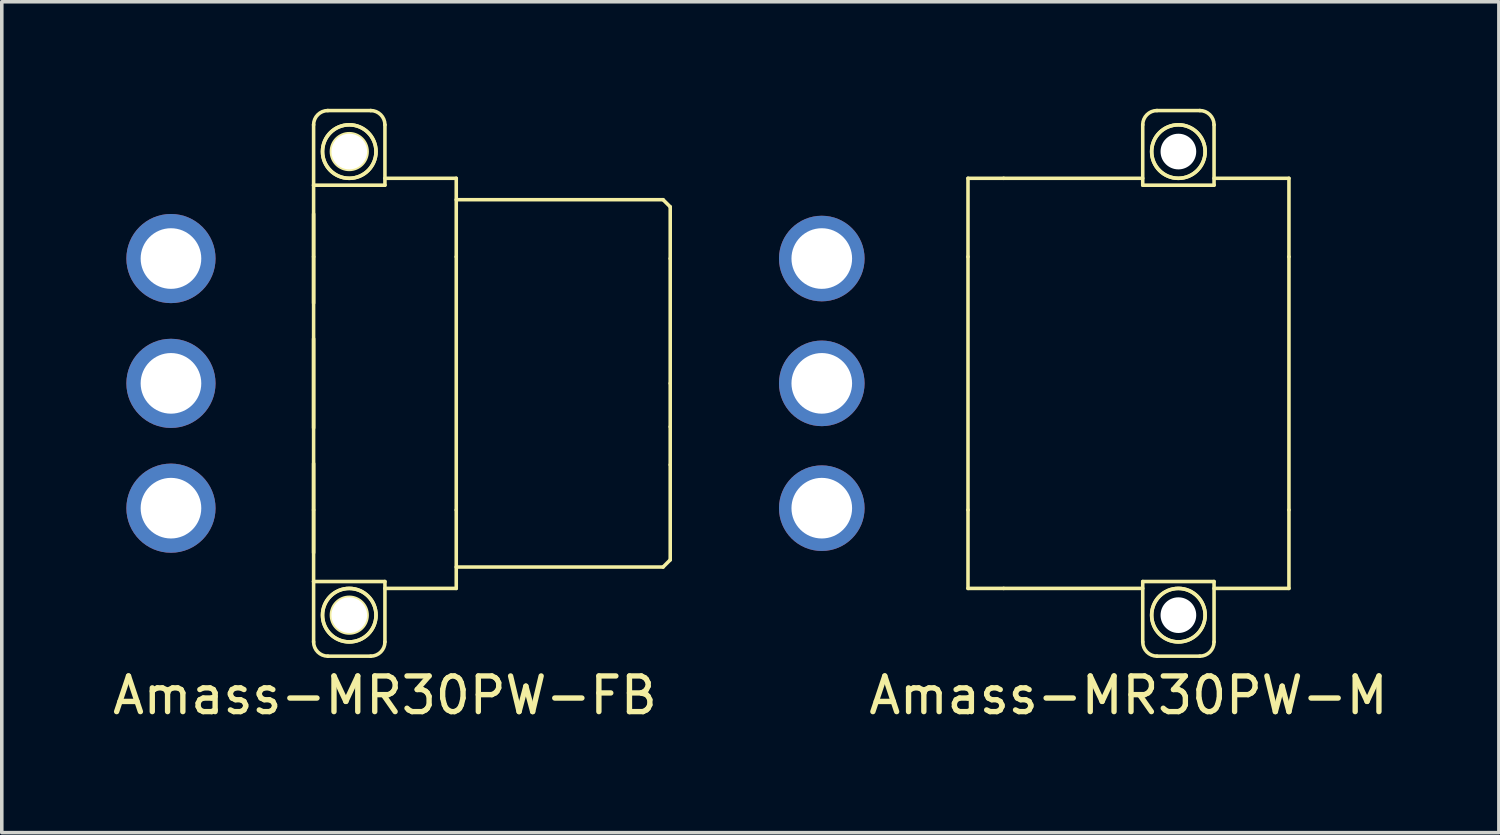
<source format=kicad_pcb>
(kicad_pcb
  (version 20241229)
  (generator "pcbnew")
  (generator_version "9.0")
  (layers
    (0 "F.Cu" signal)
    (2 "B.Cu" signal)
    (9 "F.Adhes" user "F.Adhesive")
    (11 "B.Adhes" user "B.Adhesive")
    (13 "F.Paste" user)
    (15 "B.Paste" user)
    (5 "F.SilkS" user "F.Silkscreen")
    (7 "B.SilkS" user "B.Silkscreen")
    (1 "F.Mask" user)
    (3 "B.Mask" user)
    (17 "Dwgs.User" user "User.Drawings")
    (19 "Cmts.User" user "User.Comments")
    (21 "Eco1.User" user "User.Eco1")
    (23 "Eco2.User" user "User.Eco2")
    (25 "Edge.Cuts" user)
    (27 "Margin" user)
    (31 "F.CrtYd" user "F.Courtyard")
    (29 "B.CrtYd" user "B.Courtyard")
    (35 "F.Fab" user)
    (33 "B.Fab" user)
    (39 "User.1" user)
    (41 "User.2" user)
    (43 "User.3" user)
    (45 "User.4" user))
  (footprint "Amass-MR30PW-FB"
    (layer "F.Cu")
    (at 7.744 7.7)
    (property "Reference" "Amass-MR30PW-FB" (at 0 8.75 0) (layer "F.SilkS") (effects (font (size 1 1) (thickness 0.15))))
    (attr through_hole)
    (fp_line (start -2 -5.557) (end -2 -7.25) (stroke (width 0.1) (type solid)) (layer "F.SilkS"))
    (fp_line (start -2 -5.557) (end -2 -3.55) (stroke (width 0.1) (type solid)) (layer "F.SilkS"))
    (fp_line (start -2 -4.75) (end -2 -2.25) (stroke (width 0.1) (type solid)) (layer "F.SilkS"))
    (fp_line (start -2 -3.55) (end -2 3.55) (stroke (width 0.1) (type solid)) (layer "F.SilkS"))
    (fp_line (start -2 -1.25) (end -2 1.25) (stroke (width 0.1) (type solid)) (layer "F.SilkS"))
    (fp_line (start -2 2.25) (end -2 4.75) (stroke (width 0.1) (type solid)) (layer "F.SilkS"))
    (fp_line (start -2 3.55) (end -2 5.557) (stroke (width 0.1) (type solid)) (layer "F.SilkS"))
    (fp_line (start -2 7.25) (end -2 5.557) (stroke (width 0.1) (type solid)) (layer "F.SilkS"))
    (fp_line (start -1.6 -7.65) (end -0.4 -7.65) (stroke (width 0.1) (type solid)) (layer "F.SilkS"))
    (fp_line (start -0.4 7.65) (end -1.6 7.65) (stroke (width 0.1) (type solid)) (layer "F.SilkS"))
    (fp_line (start 0 -7.25) (end 0 -5.557) (stroke (width 0.1) (type solid)) (layer "F.SilkS"))
    (fp_line (start 0 -5.557) (end -2 -5.557) (stroke (width 0.1) (type solid)) (layer "F.SilkS"))
    (fp_line (start 0 5.557) (end -2 5.557) (stroke (width 0.1) (type solid)) (layer "F.SilkS"))
    (fp_line (start 0 5.557) (end 0 7.25) (stroke (width 0.1) (type solid)) (layer "F.SilkS"))
    (fp_line (start 2 -5.75) (end 0 -5.75) (stroke (width 0.1) (type solid)) (layer "F.SilkS"))
    (fp_line (start 2 -5.75) (end 2 -3.55) (stroke (width 0.1) (type solid)) (layer "F.SilkS"))
    (fp_line (start 2 -3.55) (end 2 3.55) (stroke (width 0.1) (type solid)) (layer "F.SilkS"))
    (fp_line (start 2 3.55) (end 2 5.75) (stroke (width 0.1) (type solid)) (layer "F.SilkS"))
    (fp_line (start 2 5.75) (end 0 5.75) (stroke (width 0.1) (type solid)) (layer "F.SilkS"))
    (fp_line (start 7.8 -5.15) (end 2 -5.15) (stroke (width 0.1) (type solid)) (layer "F.SilkS"))
    (fp_line (start 7.8 5.15) (end 2 5.15) (stroke (width 0.1) (type solid)) (layer "F.SilkS"))
    (fp_line (start 8 -4.95) (end 7.8 -5.15) (stroke (width 0.1) (type solid)) (layer "F.SilkS"))
    (fp_line (start 8 -3.5) (end 8 -4.95) (stroke (width 0.1) (type solid)) (layer "F.SilkS"))
    (fp_line (start 8 0) (end 8 -3.5) (stroke (width 0.1) (type solid)) (layer "F.SilkS"))
    (fp_line (start 8 1.217) (end 8 0) (stroke (width 0.1) (type solid)) (layer "F.SilkS"))
    (fp_line (start 8 1.217) (end 8 2.283) (stroke (width 0.1) (type solid)) (layer "F.SilkS"))
    (fp_line (start 8 4.95) (end 7.8 5.15) (stroke (width 0.1) (type solid)) (layer "F.SilkS"))
    (fp_line (start 8 4.95) (end 8 2.283) (stroke (width 0.1) (type solid)) (layer "F.SilkS"))
    (fp_arc (start -2 -7.25) (mid -1.882843 -7.532843) (end -1.6 -7.65) (stroke (width 0.1) (type solid)) (layer "F.SilkS"))
    (fp_arc (start -1.6 7.65) (mid -1.882843 7.532843) (end -2 7.25) (stroke (width 0.1) (type solid)) (layer "F.SilkS"))
    (fp_arc (start -0.4 -7.65) (mid -0.117157 -7.532843) (end 0 -7.25) (stroke (width 0.1) (type solid)) (layer "F.SilkS"))
    (fp_arc (start 0 7.25) (mid -0.117157 7.532843) (end -0.4 7.65) (stroke (width 0.1) (type solid)) (layer "F.SilkS"))
    (fp_circle (center -1 -6.5) (end -0.5 -6.5) (stroke (width 0.1) (type solid)) (fill no) (layer "F.SilkS"))
    (fp_circle (center -1 -6.5) (end -0.25 -6.5) (stroke (width 0.1) (type solid)) (fill no) (layer "F.SilkS"))
    (fp_circle (center -1 -6.5) (end -0.25 -6.5) (stroke (width 0.1) (type solid)) (fill no) (layer "F.SilkS"))
    (fp_circle (center -1 6.5) (end -0.5 6.5) (stroke (width 0.1) (type solid)) (fill no) (layer "F.SilkS"))
    (fp_circle (center -1 6.5) (end -0.25 6.5) (stroke (width 0.1) (type solid)) (fill no) (layer "F.SilkS"))
    (fp_circle (center -1 6.5) (end -0.25 6.5) (stroke (width 0.1) (type solid)) (fill no) (layer "F.SilkS"))
    (pad "" np_thru_hole circle (at -1 -6.5) (size 1 1) (drill 1) (layers "*.Cu" "*.Mask"))
    (pad "" np_thru_hole circle (at -1 6.5) (size 1 1) (drill 1) (layers "*.Cu" "*.Mask"))
    (pad "1" thru_hole circle (at -6 3.5) (size 2.5 2.5) (drill 1.7) (layers "*.Cu" "*.Mask"))
    (pad "2" thru_hole circle (at -6 0) (size 2.5 2.5) (drill 1.7) (layers "*.Cu" "*.Mask"))
    (pad "3" thru_hole circle (at -6 -3.5) (size 2.5 2.5) (drill 1.7) (layers "*.Cu" "*.Mask")))
  (footprint "Amass-MR30PW-M"
    (layer "F.Cu")
    (at 28.594 7.7)
    (property "Reference" "Amass-MR30PW-M" (at 0 8.75 0) (layer "F.SilkS") (effects (font (size 1 1) (thickness 0.15))))
    (attr through_hole)
    (fp_line (start -4.5 -5.75) (end -4.5 -3.55) (stroke (width 0.1) (type solid)) (layer "F.SilkS"))
    (fp_line (start -4.5 -5.75) (end -3.5 -5.75) (stroke (width 0.1) (type solid)) (layer "F.SilkS"))
    (fp_line (start -4.5 -3.55) (end -4.5 3.55) (stroke (width 0.1) (type solid)) (layer "F.SilkS"))
    (fp_line (start -4.5 3.55) (end -4.5 5.75) (stroke (width 0.1) (type solid)) (layer "F.SilkS"))
    (fp_line (start -4.5 5.75) (end -3.5 5.75) (stroke (width 0.1) (type solid)) (layer "F.SilkS"))
    (fp_line (start 0.4 -5.75) (end -3.5 -5.75) (stroke (width 0.1) (type solid)) (layer "F.SilkS"))
    (fp_line (start 0.4 -5.557) (end 0.4 -7.25) (stroke (width 0.1) (type solid)) (layer "F.SilkS"))
    (fp_line (start 0.4 5.75) (end -3.5 5.75) (stroke (width 0.1) (type solid)) (layer "F.SilkS"))
    (fp_line (start 0.4 7.25) (end 0.4 5.557) (stroke (width 0.1) (type solid)) (layer "F.SilkS"))
    (fp_line (start 0.8 -7.65) (end 2 -7.65) (stroke (width 0.1) (type solid)) (layer "F.SilkS"))
    (fp_line (start 2 7.65) (end 0.8 7.65) (stroke (width 0.1) (type solid)) (layer "F.SilkS"))
    (fp_line (start 2.4 -7.25) (end 2.4 -5.557) (stroke (width 0.1) (type solid)) (layer "F.SilkS"))
    (fp_line (start 2.4 -5.557) (end 0.4 -5.557) (stroke (width 0.1) (type solid)) (layer "F.SilkS"))
    (fp_line (start 2.4 5.557) (end 0.4 5.557) (stroke (width 0.1) (type solid)) (layer "F.SilkS"))
    (fp_line (start 2.4 5.557) (end 2.4 7.25) (stroke (width 0.1) (type solid)) (layer "F.SilkS"))
    (fp_line (start 4.5 -5.75) (end 2.4 -5.75) (stroke (width 0.1) (type solid)) (layer "F.SilkS"))
    (fp_line (start 4.5 -5.75) (end 4.5 -3.55) (stroke (width 0.1) (type solid)) (layer "F.SilkS"))
    (fp_line (start 4.5 -3.55) (end 4.5 3.55) (stroke (width 0.1) (type solid)) (layer "F.SilkS"))
    (fp_line (start 4.5 3.55) (end 4.5 5.75) (stroke (width 0.1) (type solid)) (layer "F.SilkS"))
    (fp_line (start 4.5 5.75) (end 2.4 5.75) (stroke (width 0.1) (type solid)) (layer "F.SilkS"))
    (fp_arc (start 0.4 -7.25) (mid 0.517157 -7.532843) (end 0.8 -7.65) (stroke (width 0.1) (type solid)) (layer "F.SilkS"))
    (fp_arc (start 0.8 7.65) (mid 0.517157 7.532843) (end 0.4 7.25) (stroke (width 0.1) (type solid)) (layer "F.SilkS"))
    (fp_arc (start 2 -7.65) (mid 2.282843 -7.532843) (end 2.4 -7.25) (stroke (width 0.1) (type solid)) (layer "F.SilkS"))
    (fp_arc (start 2.4 7.25) (mid 2.282843 7.532843) (end 2 7.65) (stroke (width 0.1) (type solid)) (layer "F.SilkS"))
    (fp_circle (center 1.4 -6.5) (end 2.15 -6.5) (stroke (width 0.1) (type solid)) (fill no) (layer "F.SilkS"))
    (fp_circle (center 1.4 -6.5) (end 2.15 -6.5) (stroke (width 0.1) (type solid)) (fill no) (layer "F.SilkS"))
    (fp_circle (center 1.4 6.5) (end 2.15 6.5) (stroke (width 0.1) (type solid)) (fill no) (layer "F.SilkS"))
    (fp_circle (center 1.4 6.5) (end 2.15 6.5) (stroke (width 0.1) (type solid)) (fill no) (layer "F.SilkS"))
    (pad "" np_thru_hole circle (at 1.4 -6.5) (size 1 1) (drill 1) (layers "*.Cu" "*.Mask"))
    (pad "" np_thru_hole circle (at 1.4 6.5) (size 1 1) (drill 1) (layers "*.Cu" "*.Mask"))
    (pad "1" thru_hole circle (at -8.6 -3.5) (size 2.4 2.4) (drill 1.7) (layers "*.Cu" "*.Mask"))
    (pad "2" thru_hole circle (at -8.6 0) (size 2.4 2.4) (drill 1.7) (layers "*.Cu" "*.Mask"))
    (pad "3" thru_hole circle (at -8.6 3.5) (size 2.4 2.4) (drill 1.7) (layers "*.Cu" "*.Mask")))
  (gr_rect
    (start -3 -3)
    (end 38.981 20.298)
    (stroke (width 0.1) (type default))
    (fill no)
    (layer "Edge.Cuts")))
</source>
